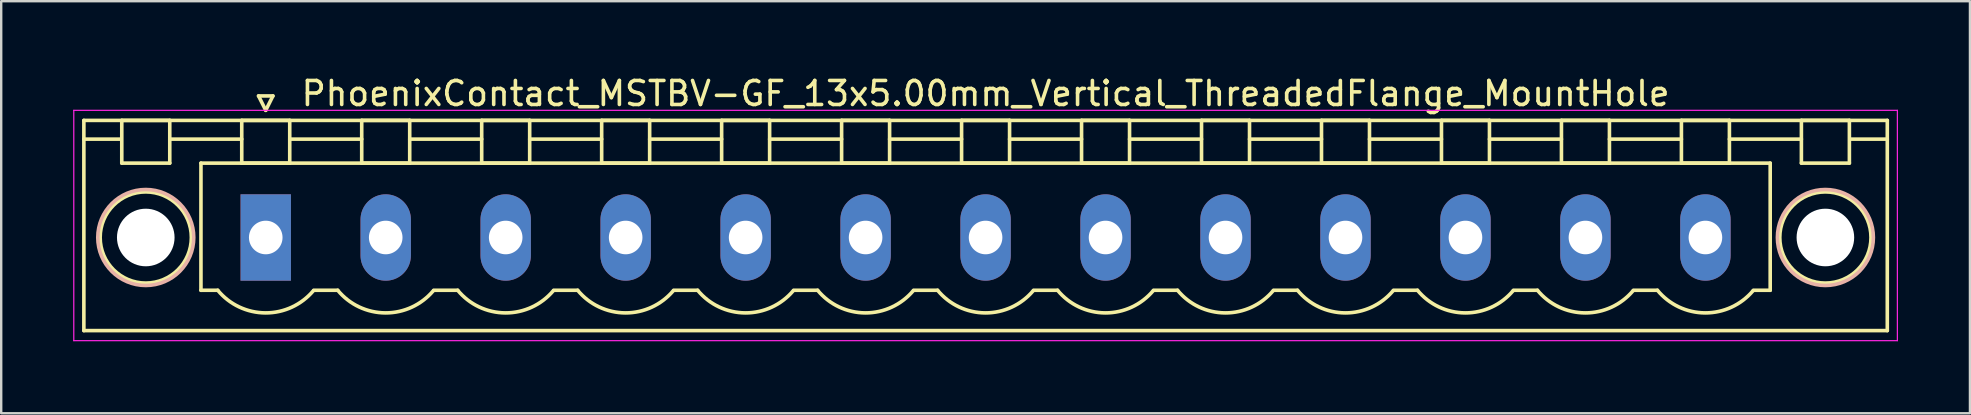
<source format=kicad_pcb>
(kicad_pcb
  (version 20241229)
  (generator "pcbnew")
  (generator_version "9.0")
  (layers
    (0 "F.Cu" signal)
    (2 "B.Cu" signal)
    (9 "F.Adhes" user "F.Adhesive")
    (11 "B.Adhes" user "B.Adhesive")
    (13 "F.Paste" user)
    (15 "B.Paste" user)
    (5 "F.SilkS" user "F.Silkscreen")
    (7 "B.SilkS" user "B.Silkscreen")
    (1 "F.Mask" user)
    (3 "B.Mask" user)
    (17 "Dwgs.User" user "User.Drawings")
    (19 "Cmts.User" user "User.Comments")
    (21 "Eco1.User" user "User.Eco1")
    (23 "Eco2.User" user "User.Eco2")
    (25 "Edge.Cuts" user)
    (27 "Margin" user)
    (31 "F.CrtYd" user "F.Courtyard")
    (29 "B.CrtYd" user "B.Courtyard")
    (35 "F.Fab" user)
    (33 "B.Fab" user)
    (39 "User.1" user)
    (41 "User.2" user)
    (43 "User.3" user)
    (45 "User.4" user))
  (footprint "PhoenixContact_MSTBV-GF_13x5.00mm_Vertical_ThreadedFlange_MountHole"
    (layer "F.Cu")
    (at 8.025 6.848)
    (property "Reference" "PhoenixContact_MSTBV-GF_13x5.00mm_Vertical_ThreadedFlange_MountHole" (at 30 -6 0) (layer "F.SilkS") (effects (font (size 1 1) (thickness 0.15))))
    (attr through_hole)
    (fp_line (start -7.58 -4.88) (end -7.58 3.88) (stroke (width 0.15) (type solid)) (layer "F.SilkS"))
    (fp_line (start -7.58 -4.1) (end -6.08 -4.1) (stroke (width 0.15) (type solid)) (layer "F.SilkS"))
    (fp_line (start -7.58 3.88) (end 67.58 3.88) (stroke (width 0.15) (type solid)) (layer "F.SilkS"))
    (fp_line (start -6 -4.88) (end -4 -4.88) (stroke (width 0.15) (type solid)) (layer "F.SilkS"))
    (fp_line (start -6 -3.1) (end -6 -4.88) (stroke (width 0.15) (type solid)) (layer "F.SilkS"))
    (fp_line (start -4 -4.88) (end -4 -3.1) (stroke (width 0.15) (type solid)) (layer "F.SilkS"))
    (fp_line (start -4 -4.1) (end -1 -4.1) (stroke (width 0.15) (type solid)) (layer "F.SilkS"))
    (fp_line (start -4 -3.1) (end -6 -3.1) (stroke (width 0.15) (type solid)) (layer "F.SilkS"))
    (fp_line (start -2.7 -3.1) (end 62.7 -3.1) (stroke (width 0.15) (type solid)) (layer "F.SilkS"))
    (fp_line (start -2.7 2.2) (end -2.7 -3.1) (stroke (width 0.15) (type solid)) (layer "F.SilkS"))
    (fp_line (start -2 2.2) (end -2.7 2.2) (stroke (width 0.15) (type solid)) (layer "F.SilkS"))
    (fp_line (start -1 -4.88) (end 1 -4.88) (stroke (width 0.15) (type solid)) (layer "F.SilkS"))
    (fp_line (start -1 -3.1) (end -1 -4.88) (stroke (width 0.15) (type solid)) (layer "F.SilkS"))
    (fp_line (start -0.3 -5.9) (end 0 -5.3) (stroke (width 0.15) (type solid)) (layer "F.SilkS"))
    (fp_line (start 0 -5.3) (end 0.3 -5.9) (stroke (width 0.15) (type solid)) (layer "F.SilkS"))
    (fp_line (start 0.3 -5.9) (end -0.3 -5.9) (stroke (width 0.15) (type solid)) (layer "F.SilkS"))
    (fp_line (start 1 -4.88) (end 1 -3.1) (stroke (width 0.15) (type solid)) (layer "F.SilkS"))
    (fp_line (start 1 -4.1) (end 4 -4.1) (stroke (width 0.15) (type solid)) (layer "F.SilkS"))
    (fp_line (start 1 -3.1) (end -1 -3.1) (stroke (width 0.15) (type solid)) (layer "F.SilkS"))
    (fp_line (start 2 2.2) (end 3 2.2) (stroke (width 0.15) (type solid)) (layer "F.SilkS"))
    (fp_line (start 4 -4.88) (end 6 -4.88) (stroke (width 0.15) (type solid)) (layer "F.SilkS"))
    (fp_line (start 4 -3.1) (end 4 -4.88) (stroke (width 0.15) (type solid)) (layer "F.SilkS"))
    (fp_line (start 6 -4.88) (end 6 -3.1) (stroke (width 0.15) (type solid)) (layer "F.SilkS"))
    (fp_line (start 6 -4.1) (end 9 -4.1) (stroke (width 0.15) (type solid)) (layer "F.SilkS"))
    (fp_line (start 6 -3.1) (end 4 -3.1) (stroke (width 0.15) (type solid)) (layer "F.SilkS"))
    (fp_line (start 7 2.2) (end 8 2.2) (stroke (width 0.15) (type solid)) (layer "F.SilkS"))
    (fp_line (start 9 -4.88) (end 11 -4.88) (stroke (width 0.15) (type solid)) (layer "F.SilkS"))
    (fp_line (start 9 -3.1) (end 9 -4.88) (stroke (width 0.15) (type solid)) (layer "F.SilkS"))
    (fp_line (start 11 -4.88) (end 11 -3.1) (stroke (width 0.15) (type solid)) (layer "F.SilkS"))
    (fp_line (start 11 -4.1) (end 14 -4.1) (stroke (width 0.15) (type solid)) (layer "F.SilkS"))
    (fp_line (start 11 -3.1) (end 9 -3.1) (stroke (width 0.15) (type solid)) (layer "F.SilkS"))
    (fp_line (start 12 2.2) (end 13 2.2) (stroke (width 0.15) (type solid)) (layer "F.SilkS"))
    (fp_line (start 14 -4.88) (end 16 -4.88) (stroke (width 0.15) (type solid)) (layer "F.SilkS"))
    (fp_line (start 14 -3.1) (end 14 -4.88) (stroke (width 0.15) (type solid)) (layer "F.SilkS"))
    (fp_line (start 16 -4.88) (end 16 -3.1) (stroke (width 0.15) (type solid)) (layer "F.SilkS"))
    (fp_line (start 16 -4.1) (end 19 -4.1) (stroke (width 0.15) (type solid)) (layer "F.SilkS"))
    (fp_line (start 16 -3.1) (end 14 -3.1) (stroke (width 0.15) (type solid)) (layer "F.SilkS"))
    (fp_line (start 17 2.2) (end 18 2.2) (stroke (width 0.15) (type solid)) (layer "F.SilkS"))
    (fp_line (start 19 -4.88) (end 21 -4.88) (stroke (width 0.15) (type solid)) (layer "F.SilkS"))
    (fp_line (start 19 -3.1) (end 19 -4.88) (stroke (width 0.15) (type solid)) (layer "F.SilkS"))
    (fp_line (start 21 -4.88) (end 21 -3.1) (stroke (width 0.15) (type solid)) (layer "F.SilkS"))
    (fp_line (start 21 -4.1) (end 24 -4.1) (stroke (width 0.15) (type solid)) (layer "F.SilkS"))
    (fp_line (start 21 -3.1) (end 19 -3.1) (stroke (width 0.15) (type solid)) (layer "F.SilkS"))
    (fp_line (start 22 2.2) (end 23 2.2) (stroke (width 0.15) (type solid)) (layer "F.SilkS"))
    (fp_line (start 24 -4.88) (end 26 -4.88) (stroke (width 0.15) (type solid)) (layer "F.SilkS"))
    (fp_line (start 24 -3.1) (end 24 -4.88) (stroke (width 0.15) (type solid)) (layer "F.SilkS"))
    (fp_line (start 26 -4.88) (end 26 -3.1) (stroke (width 0.15) (type solid)) (layer "F.SilkS"))
    (fp_line (start 26 -4.1) (end 29 -4.1) (stroke (width 0.15) (type solid)) (layer "F.SilkS"))
    (fp_line (start 26 -3.1) (end 24 -3.1) (stroke (width 0.15) (type solid)) (layer "F.SilkS"))
    (fp_line (start 27 2.2) (end 28 2.2) (stroke (width 0.15) (type solid)) (layer "F.SilkS"))
    (fp_line (start 29 -4.88) (end 31 -4.88) (stroke (width 0.15) (type solid)) (layer "F.SilkS"))
    (fp_line (start 29 -3.1) (end 29 -4.88) (stroke (width 0.15) (type solid)) (layer "F.SilkS"))
    (fp_line (start 31 -4.88) (end 31 -3.1) (stroke (width 0.15) (type solid)) (layer "F.SilkS"))
    (fp_line (start 31 -4.1) (end 34 -4.1) (stroke (width 0.15) (type solid)) (layer "F.SilkS"))
    (fp_line (start 31 -3.1) (end 29 -3.1) (stroke (width 0.15) (type solid)) (layer "F.SilkS"))
    (fp_line (start 32 2.2) (end 33 2.2) (stroke (width 0.15) (type solid)) (layer "F.SilkS"))
    (fp_line (start 34 -4.88) (end 36 -4.88) (stroke (width 0.15) (type solid)) (layer "F.SilkS"))
    (fp_line (start 34 -3.1) (end 34 -4.88) (stroke (width 0.15) (type solid)) (layer "F.SilkS"))
    (fp_line (start 36 -4.88) (end 36 -3.1) (stroke (width 0.15) (type solid)) (layer "F.SilkS"))
    (fp_line (start 36 -4.1) (end 39 -4.1) (stroke (width 0.15) (type solid)) (layer "F.SilkS"))
    (fp_line (start 36 -3.1) (end 34 -3.1) (stroke (width 0.15) (type solid)) (layer "F.SilkS"))
    (fp_line (start 37 2.2) (end 38 2.2) (stroke (width 0.15) (type solid)) (layer "F.SilkS"))
    (fp_line (start 39 -4.88) (end 41 -4.88) (stroke (width 0.15) (type solid)) (layer "F.SilkS"))
    (fp_line (start 39 -3.1) (end 39 -4.88) (stroke (width 0.15) (type solid)) (layer "F.SilkS"))
    (fp_line (start 41 -4.88) (end 41 -3.1) (stroke (width 0.15) (type solid)) (layer "F.SilkS"))
    (fp_line (start 41 -4.1) (end 44 -4.1) (stroke (width 0.15) (type solid)) (layer "F.SilkS"))
    (fp_line (start 41 -3.1) (end 39 -3.1) (stroke (width 0.15) (type solid)) (layer "F.SilkS"))
    (fp_line (start 42 2.2) (end 43 2.2) (stroke (width 0.15) (type solid)) (layer "F.SilkS"))
    (fp_line (start 44 -4.88) (end 46 -4.88) (stroke (width 0.15) (type solid)) (layer "F.SilkS"))
    (fp_line (start 44 -3.1) (end 44 -4.88) (stroke (width 0.15) (type solid)) (layer "F.SilkS"))
    (fp_line (start 46 -4.88) (end 46 -3.1) (stroke (width 0.15) (type solid)) (layer "F.SilkS"))
    (fp_line (start 46 -4.1) (end 49 -4.1) (stroke (width 0.15) (type solid)) (layer "F.SilkS"))
    (fp_line (start 46 -3.1) (end 44 -3.1) (stroke (width 0.15) (type solid)) (layer "F.SilkS"))
    (fp_line (start 47 2.2) (end 48 2.2) (stroke (width 0.15) (type solid)) (layer "F.SilkS"))
    (fp_line (start 49 -4.88) (end 51 -4.88) (stroke (width 0.15) (type solid)) (layer "F.SilkS"))
    (fp_line (start 49 -3.1) (end 49 -4.88) (stroke (width 0.15) (type solid)) (layer "F.SilkS"))
    (fp_line (start 51 -4.88) (end 51 -3.1) (stroke (width 0.15) (type solid)) (layer "F.SilkS"))
    (fp_line (start 51 -4.1) (end 54 -4.1) (stroke (width 0.15) (type solid)) (layer "F.SilkS"))
    (fp_line (start 51 -3.1) (end 49 -3.1) (stroke (width 0.15) (type solid)) (layer "F.SilkS"))
    (fp_line (start 52 2.2) (end 53 2.2) (stroke (width 0.15) (type solid)) (layer "F.SilkS"))
    (fp_line (start 54 -4.88) (end 56 -4.88) (stroke (width 0.15) (type solid)) (layer "F.SilkS"))
    (fp_line (start 54 -3.1) (end 54 -4.88) (stroke (width 0.15) (type solid)) (layer "F.SilkS"))
    (fp_line (start 56 -4.88) (end 56 -3.1) (stroke (width 0.15) (type solid)) (layer "F.SilkS"))
    (fp_line (start 56 -4.1) (end 59 -4.1) (stroke (width 0.15) (type solid)) (layer "F.SilkS"))
    (fp_line (start 56 -3.1) (end 54 -3.1) (stroke (width 0.15) (type solid)) (layer "F.SilkS"))
    (fp_line (start 57 2.2) (end 58 2.2) (stroke (width 0.15) (type solid)) (layer "F.SilkS"))
    (fp_line (start 59 -4.88) (end 61 -4.88) (stroke (width 0.15) (type solid)) (layer "F.SilkS"))
    (fp_line (start 59 -3.1) (end 59 -4.88) (stroke (width 0.15) (type solid)) (layer "F.SilkS"))
    (fp_line (start 61 -4.88) (end 61 -3.1) (stroke (width 0.15) (type solid)) (layer "F.SilkS"))
    (fp_line (start 61 -4.1) (end 64 -4.1) (stroke (width 0.15) (type solid)) (layer "F.SilkS"))
    (fp_line (start 61 -3.1) (end 59 -3.1) (stroke (width 0.15) (type solid)) (layer "F.SilkS"))
    (fp_line (start 62.7 -3.1) (end 62.7 2.2) (stroke (width 0.15) (type solid)) (layer "F.SilkS"))
    (fp_line (start 62.7 2.2) (end 62 2.2) (stroke (width 0.15) (type solid)) (layer "F.SilkS"))
    (fp_line (start 64 -4.88) (end 66 -4.88) (stroke (width 0.15) (type solid)) (layer "F.SilkS"))
    (fp_line (start 64 -3.1) (end 64 -4.88) (stroke (width 0.15) (type solid)) (layer "F.SilkS"))
    (fp_line (start 66 -4.88) (end 66 -3.1) (stroke (width 0.15) (type solid)) (layer "F.SilkS"))
    (fp_line (start 66 -3.1) (end 64 -3.1) (stroke (width 0.15) (type solid)) (layer "F.SilkS"))
    (fp_line (start 67.58 -4.88) (end -7.58 -4.88) (stroke (width 0.15) (type solid)) (layer "F.SilkS"))
    (fp_line (start 67.58 -4.1) (end 66.08 -4.1) (stroke (width 0.15) (type solid)) (layer "F.SilkS"))
    (fp_line (start 67.58 3.88) (end 67.58 -4.88) (stroke (width 0.15) (type solid)) (layer "F.SilkS"))
    (fp_arc (start 1.986842 2.215821) (mid -0.010289 3.142758) (end -2 2.2) (stroke (width 0.15) (type solid)) (layer "F.SilkS"))
    (fp_arc (start 6.986842 2.215821) (mid 4.989711 3.142758) (end 3 2.2) (stroke (width 0.15) (type solid)) (layer "F.SilkS"))
    (fp_arc (start 11.986842 2.215821) (mid 9.989711 3.142758) (end 8 2.2) (stroke (width 0.15) (type solid)) (layer "F.SilkS"))
    (fp_arc (start 16.986842 2.215821) (mid 14.989711 3.142758) (end 13 2.2) (stroke (width 0.15) (type solid)) (layer "F.SilkS"))
    (fp_arc (start 21.986842 2.215821) (mid 19.989711 3.142758) (end 18 2.2) (stroke (width 0.15) (type solid)) (layer "F.SilkS"))
    (fp_arc (start 26.986842 2.215821) (mid 24.989711 3.142758) (end 23 2.2) (stroke (width 0.15) (type solid)) (layer "F.SilkS"))
    (fp_arc (start 31.986842 2.215821) (mid 29.989711 3.142758) (end 28 2.2) (stroke (width 0.15) (type solid)) (layer "F.SilkS"))
    (fp_arc (start 36.986842 2.215821) (mid 34.989711 3.142758) (end 33 2.2) (stroke (width 0.15) (type solid)) (layer "F.SilkS"))
    (fp_arc (start 41.986842 2.215821) (mid 39.989711 3.142758) (end 38 2.2) (stroke (width 0.15) (type solid)) (layer "F.SilkS"))
    (fp_arc (start 46.986842 2.215821) (mid 44.989711 3.142758) (end 43 2.2) (stroke (width 0.15) (type solid)) (layer "F.SilkS"))
    (fp_arc (start 51.986842 2.215821) (mid 49.989711 3.142758) (end 48 2.2) (stroke (width 0.15) (type solid)) (layer "F.SilkS"))
    (fp_arc (start 56.986842 2.215821) (mid 54.989711 3.142758) (end 53 2.2) (stroke (width 0.15) (type solid)) (layer "F.SilkS"))
    (fp_arc (start 61.986842 2.215821) (mid 59.989711 3.142758) (end 58 2.2) (stroke (width 0.15) (type solid)) (layer "F.SilkS"))
    (fp_circle (center -5 0) (end -4 0) (stroke (width 0.15) (type solid)) (fill no) (layer "F.SilkS"))
    (fp_circle (center -5 0) (end -3.1 0) (stroke (width 0.15) (type solid)) (fill no) (layer "F.SilkS"))
    (fp_circle (center 65 0) (end 66 0) (stroke (width 0.15) (type solid)) (fill no) (layer "F.SilkS"))
    (fp_circle (center 65 0) (end 66.9 0) (stroke (width 0.15) (type solid)) (fill no) (layer "F.SilkS"))
    (fp_circle (center -5 0) (end -3 0) (stroke (width 0.15) (type solid)) (fill no) (layer "B.SilkS"))
    (fp_circle (center 65 0) (end 67 0) (stroke (width 0.15) (type solid)) (fill no) (layer "B.SilkS"))
    (fp_line (start -8 -5.3) (end -8 4.3) (stroke (width 0.05) (type solid)) (layer "F.CrtYd"))
    (fp_line (start -8 4.3) (end 68 4.3) (stroke (width 0.05) (type solid)) (layer "F.CrtYd"))
    (fp_line (start 68 -5.3) (end -8 -5.3) (stroke (width 0.05) (type solid)) (layer "F.CrtYd"))
    (fp_line (start 68 4.3) (end 68 -5.3) (stroke (width 0.05) (type solid)) (layer "F.CrtYd"))
    (pad "" np_thru_hole circle (at -5 0) (size 2.4 2.4) (drill 2.4) (layers "*.Cu" "*.Mask"))
    (pad "" np_thru_hole circle (at 65 0) (size 2.4 2.4) (drill 2.4) (layers "*.Cu" "*.Mask"))
    (pad "1" thru_hole rect (at 0 0) (size 2.1 3.6) (drill 1.4) (layers "*.Cu" "*.Mask"))
    (pad "2" thru_hole oval (at 5 0) (size 2.1 3.6) (drill 1.4) (layers "*.Cu" "*.Mask"))
    (pad "3" thru_hole oval (at 10 0) (size 2.1 3.6) (drill 1.4) (layers "*.Cu" "*.Mask"))
    (pad "4" thru_hole oval (at 15 0) (size 2.1 3.6) (drill 1.4) (layers "*.Cu" "*.Mask"))
    (pad "5" thru_hole oval (at 20 0) (size 2.1 3.6) (drill 1.4) (layers "*.Cu" "*.Mask"))
    (pad "6" thru_hole oval (at 25 0) (size 2.1 3.6) (drill 1.4) (layers "*.Cu" "*.Mask"))
    (pad "7" thru_hole oval (at 30 0) (size 2.1 3.6) (drill 1.4) (layers "*.Cu" "*.Mask"))
    (pad "8" thru_hole oval (at 35 0) (size 2.1 3.6) (drill 1.4) (layers "*.Cu" "*.Mask"))
    (pad "9" thru_hole oval (at 40 0) (size 2.1 3.6) (drill 1.4) (layers "*.Cu" "*.Mask"))
    (pad "10" thru_hole oval (at 45 0) (size 2.1 3.6) (drill 1.4) (layers "*.Cu" "*.Mask"))
    (pad "11" thru_hole oval (at 50 0) (size 2.1 3.6) (drill 1.4) (layers "*.Cu" "*.Mask"))
    (pad "12" thru_hole oval (at 55 0) (size 2.1 3.6) (drill 1.4) (layers "*.Cu" "*.Mask"))
    (pad "13" thru_hole oval (at 60 0) (size 2.1 3.6) (drill 1.4) (layers "*.Cu" "*.Mask")))
  (gr_rect
    (start -3 -3)
    (end 79.05 14.173)
    (stroke (width 0.1) (type default))
    (fill no)
    (layer "Edge.Cuts")))
</source>
